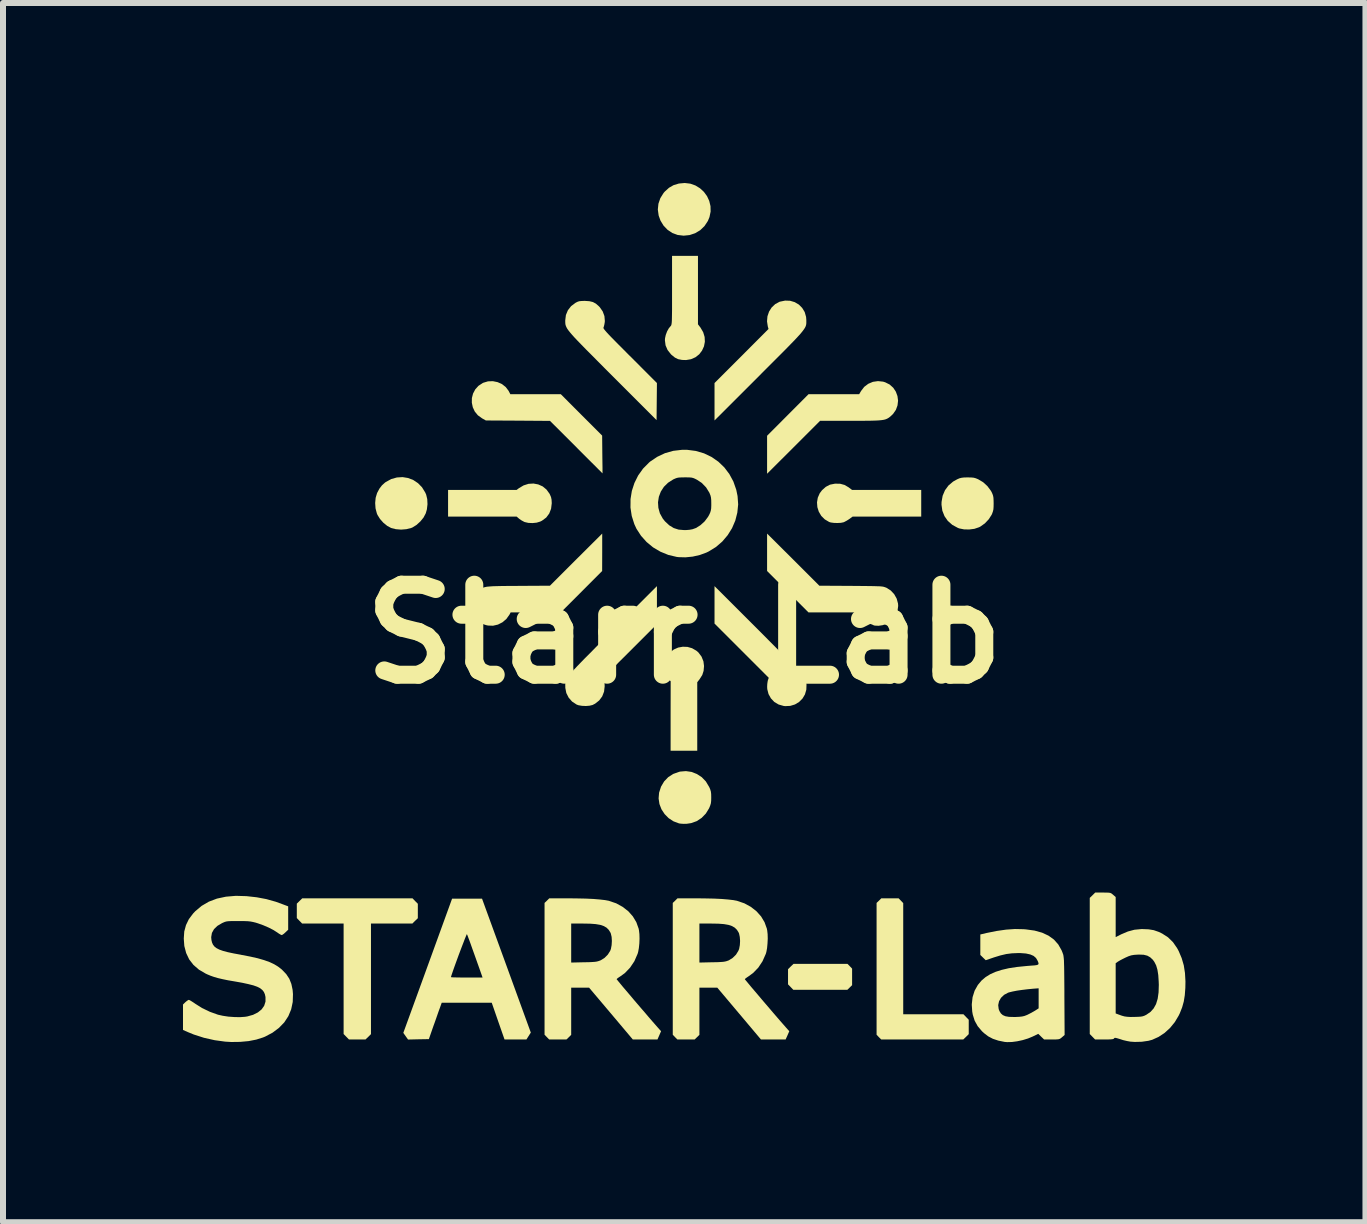
<source format=kicad_pcb>
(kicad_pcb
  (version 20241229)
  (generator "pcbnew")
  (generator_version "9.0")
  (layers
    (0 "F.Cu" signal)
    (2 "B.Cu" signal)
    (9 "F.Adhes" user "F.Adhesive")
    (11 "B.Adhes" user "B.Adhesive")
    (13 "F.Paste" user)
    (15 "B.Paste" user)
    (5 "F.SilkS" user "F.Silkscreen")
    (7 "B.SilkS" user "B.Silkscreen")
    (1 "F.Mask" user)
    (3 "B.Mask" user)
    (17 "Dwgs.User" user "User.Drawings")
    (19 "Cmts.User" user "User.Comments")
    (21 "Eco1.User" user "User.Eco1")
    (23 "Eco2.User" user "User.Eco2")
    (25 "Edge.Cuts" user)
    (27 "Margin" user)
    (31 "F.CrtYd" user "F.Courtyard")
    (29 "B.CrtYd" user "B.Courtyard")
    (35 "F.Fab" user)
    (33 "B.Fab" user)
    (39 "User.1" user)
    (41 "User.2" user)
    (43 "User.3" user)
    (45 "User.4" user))
  (footprint "Starr Lab"
    (layer "F.Cu")
    (at 8.355 7.517)
    (property "Reference" "Starr Lab" (at 0 0 0) (layer "F.SilkS") (effects (font (size 1.5 1.5) (thickness 0.3))))
    (attr board_only exclude_from_pos_files exclude_from_bom)
    (fp_poly (pts (xy 2.759 5.537) (xy 2.797 5.577) (xy 2.797 5.715) (xy 2.797 5.853) (xy 2.757 5.892) (xy 2.718 5.93) (xy 2.268 5.93) (xy 1.817 5.93) (xy 1.773 5.884) (xy 1.729 5.839) (xy 1.729 5.713) (xy 1.729 5.587) (xy 1.774 5.542) (xy 1.82 5.498) (xy 2.27 5.498) (xy 2.72 5.498)) (stroke (width 0) (type solid)) (fill yes) (layer "F.SilkS"))
    (fp_poly (pts (xy 3.611 4.445) (xy 3.649 4.485) (xy 3.649 5.411) (xy 3.649 6.338) (xy 4.151 6.338) (xy 4.653 6.338) (xy 4.697 6.384) (xy 4.741 6.429) (xy 4.741 6.549) (xy 4.741 6.669) (xy 4.696 6.714) (xy 4.65 6.758) (xy 3.966 6.758) (xy 3.282 6.758) (xy 3.243 6.719) (xy 3.205 6.679) (xy 3.205 5.581) (xy 3.205 4.482) (xy 3.245 4.444) (xy 3.284 4.405) (xy 3.428 4.405) (xy 3.572 4.405)) (stroke (width 0) (type solid)) (fill yes) (layer "F.SilkS"))
    (fp_poly (pts (xy -4.486 4.451) (xy -4.441 4.496) (xy -4.441 4.617) (xy -4.441 4.737) (xy -4.487 4.781) (xy -4.532 4.826) (xy -4.877 4.826) (xy -5.222 4.826) (xy -5.222 5.747) (xy -5.222 6.669) (xy -5.267 6.714) (xy -5.313 6.758) (xy -5.451 6.758) (xy -5.589 6.758) (xy -5.633 6.713) (xy -5.678 6.667) (xy -5.678 5.746) (xy -5.678 4.826) (xy -6.023 4.826) (xy -6.369 4.826) (xy -6.414 4.78) (xy -6.458 4.734) (xy -6.458 4.614) (xy -6.458 4.494) (xy -6.413 4.45) (xy -6.367 4.405) (xy -5.449 4.405) (xy -4.53 4.405)) (stroke (width 0) (type solid)) (fill yes) (layer "F.SilkS"))
    (fp_poly (pts (xy 0.054 0.215) (xy 0.13 0.237) (xy 0.201 0.278) (xy 0.234 0.306) (xy 0.287 0.376) (xy 0.319 0.455) (xy 0.329 0.534) (xy 0.322 0.614) (xy 0.3 0.683) (xy 0.258 0.749) (xy 0.257 0.751) (xy 0.216 0.804) (xy 0.216 1.375) (xy 0.216 1.945) (xy -0.006 1.945) (xy -0.228 1.945) (xy -0.228 1.367) (xy -0.227 0.788) (xy -0.256 0.757) (xy -0.301 0.692) (xy -0.327 0.616) (xy -0.334 0.532) (xy -0.321 0.446) (xy -0.32 0.443) (xy -0.287 0.367) (xy -0.237 0.305) (xy -0.174 0.258) (xy -0.102 0.226) (xy -0.025 0.212)) (stroke (width 0) (type solid)) (fill yes) (layer "F.SilkS"))
    (fp_poly (pts (xy 0.1 -7.506) (xy 0.185 -7.476) (xy 0.262 -7.429) (xy 0.327 -7.369) (xy 0.379 -7.298) (xy 0.416 -7.218) (xy 0.437 -7.131) (xy 0.439 -7.041) (xy 0.42 -6.949) (xy 0.393 -6.884) (xy 0.337 -6.799) (xy 0.265 -6.73) (xy 0.181 -6.68) (xy 0.088 -6.649) (xy -0.011 -6.639) (xy -0.111 -6.651) (xy -0.2 -6.684) (xy -0.279 -6.737) (xy -0.346 -6.807) (xy -0.397 -6.891) (xy -0.427 -6.974) (xy -0.441 -7.074) (xy -0.431 -7.172) (xy -0.399 -7.265) (xy -0.345 -7.351) (xy -0.323 -7.376) (xy -0.254 -7.438) (xy -0.179 -7.481) (xy -0.09 -7.508) (xy -0.09 -7.508) (xy 0.008 -7.517)) (stroke (width 0) (type solid)) (fill yes) (layer "F.SilkS"))
    (fp_poly (pts (xy 2.599 -2.504) (xy 2.672 -2.484) (xy 2.74 -2.444) (xy 2.742 -2.442) (xy 2.797 -2.401) (xy 3.373 -2.401) (xy 3.949 -2.401) (xy 3.949 -2.179) (xy 3.949 -1.957) (xy 3.378 -1.957) (xy 2.806 -1.957) (xy 2.75 -1.916) (xy 2.711 -1.891) (xy 2.672 -1.87) (xy 2.654 -1.862) (xy 2.609 -1.853) (xy 2.552 -1.85) (xy 2.493 -1.852) (xy 2.441 -1.859) (xy 2.415 -1.867) (xy 2.341 -1.911) (xy 2.283 -1.969) (xy 2.242 -2.038) (xy 2.218 -2.114) (xy 2.212 -2.194) (xy 2.225 -2.272) (xy 2.258 -2.347) (xy 2.296 -2.397) (xy 2.359 -2.453) (xy 2.428 -2.489) (xy 2.508 -2.505) (xy 2.514 -2.506)) (stroke (width 0) (type solid)) (fill yes) (layer "F.SilkS"))
    (fp_poly (pts (xy -2.434 -2.493) (xy -2.36 -2.46) (xy -2.297 -2.408) (xy -2.246 -2.338) (xy -2.24 -2.326) (xy -2.221 -2.282) (xy -2.212 -2.238) (xy -2.209 -2.183) (xy -2.209 -2.179) (xy -2.22 -2.088) (xy -2.251 -2.008) (xy -2.301 -1.941) (xy -2.371 -1.889) (xy -2.401 -1.874) (xy -2.46 -1.856) (xy -2.529 -1.849) (xy -2.599 -1.852) (xy -2.66 -1.866) (xy -2.671 -1.871) (xy -2.712 -1.893) (xy -2.751 -1.92) (xy -2.757 -1.925) (xy -2.794 -1.957) (xy -3.366 -1.957) (xy -3.937 -1.957) (xy -3.937 -2.179) (xy -3.937 -2.401) (xy -3.366 -2.401) (xy -2.795 -2.401) (xy -2.757 -2.43) (xy -2.678 -2.477) (xy -2.596 -2.503) (xy -2.513 -2.508)) (stroke (width 0) (type solid)) (fill yes) (layer "F.SilkS"))
    (fp_poly (pts (xy -4.603 -2.6) (xy -4.516 -2.566) (xy -4.438 -2.514) (xy -4.371 -2.445) (xy -4.318 -2.359) (xy -4.302 -2.323) (xy -4.284 -2.248) (xy -4.28 -2.163) (xy -4.29 -2.077) (xy -4.309 -2.011) (xy -4.346 -1.941) (xy -4.4 -1.875) (xy -4.464 -1.817) (xy -4.532 -1.775) (xy -4.553 -1.767) (xy -4.632 -1.747) (xy -4.72 -1.74) (xy -4.808 -1.747) (xy -4.886 -1.767) (xy -4.951 -1.802) (xy -5.015 -1.854) (xy -5.071 -1.917) (xy -5.113 -1.984) (xy -5.124 -2.01) (xy -5.146 -2.094) (xy -5.152 -2.183) (xy -5.144 -2.27) (xy -5.121 -2.347) (xy -5.12 -2.35) (xy -5.081 -2.423) (xy -5.039 -2.478) (xy -4.988 -2.524) (xy -4.973 -2.534) (xy -4.884 -2.583) (xy -4.79 -2.609) (xy -4.695 -2.615)) (stroke (width 0) (type solid)) (fill yes) (layer "F.SilkS"))
    (fp_poly (pts (xy 1.243 -0.06) (xy 1.392 0.09) (xy 1.524 0.223) (xy 1.64 0.34) (xy 1.74 0.441) (xy 1.823 0.527) (xy 1.89 0.597) (xy 1.942 0.653) (xy 1.978 0.693) (xy 2 0.72) (xy 2.006 0.729) (xy 2.022 0.772) (xy 2.034 0.823) (xy 2.037 0.843) (xy 2.034 0.928) (xy 2.011 1.007) (xy 1.97 1.076) (xy 1.914 1.132) (xy 1.845 1.174) (xy 1.766 1.198) (xy 1.681 1.202) (xy 1.656 1.199) (xy 1.572 1.175) (xy 1.501 1.133) (xy 1.444 1.073) (xy 1.404 1.001) (xy 1.383 0.919) (xy 1.381 0.881) (xy 1.383 0.834) (xy 1.389 0.791) (xy 1.394 0.769) (xy 1.408 0.73) (xy 0.956 0.278) (xy 0.504 -0.174) (xy 0.504 -0.486) (xy 0.504 -0.798)) (stroke (width 0) (type solid)) (fill yes) (layer "F.SilkS"))
    (fp_poly (pts (xy 3.314 -4.206) (xy 3.349 -4.195) (xy 3.423 -4.158) (xy 3.483 -4.104) (xy 3.526 -4.039) (xy 3.553 -3.966) (xy 3.563 -3.889) (xy 3.554 -3.811) (xy 3.527 -3.736) (xy 3.48 -3.668) (xy 3.455 -3.644) (xy 3.432 -3.623) (xy 3.41 -3.606) (xy 3.387 -3.592) (xy 3.361 -3.58) (xy 3.329 -3.571) (xy 3.29 -3.565) (xy 3.24 -3.56) (xy 3.178 -3.557) (xy 3.101 -3.555) (xy 3.007 -3.554) (xy 2.894 -3.553) (xy 2.768 -3.553) (xy 2.263 -3.553) (xy 1.822 -3.112) (xy 1.38 -2.671) (xy 1.38 -2.988) (xy 1.38 -3.304) (xy 1.726 -3.651) (xy 2.071 -3.997) (xy 2.493 -3.997) (xy 2.915 -3.997) (xy 2.946 -4.05) (xy 2.999 -4.119) (xy 3.066 -4.17) (xy 3.144 -4.203) (xy 3.228 -4.215)) (stroke (width 0) (type solid)) (fill yes) (layer "F.SilkS"))
    (fp_poly (pts (xy 0.123 2.299) (xy 0.211 2.334) (xy 0.292 2.387) (xy 0.36 2.458) (xy 0.412 2.545) (xy 0.413 2.545) (xy 0.432 2.589) (xy 0.443 2.626) (xy 0.448 2.667) (xy 0.449 2.722) (xy 0.449 2.725) (xy 0.448 2.78) (xy 0.443 2.822) (xy 0.432 2.859) (xy 0.414 2.903) (xy 0.413 2.905) (xy 0.359 2.993) (xy 0.289 3.065) (xy 0.207 3.119) (xy 0.114 3.152) (xy 0.04 3.163) (xy -0.01 3.164) (xy -0.057 3.161) (xy -0.087 3.157) (xy -0.18 3.122) (xy -0.261 3.069) (xy -0.328 3.001) (xy -0.38 2.922) (xy -0.414 2.834) (xy -0.428 2.74) (xy -0.42 2.645) (xy -0.42 2.644) (xy -0.387 2.543) (xy -0.336 2.457) (xy -0.268 2.386) (xy -0.184 2.332) (xy -0.085 2.297) (xy -0.069 2.293) (xy 0.028 2.285)) (stroke (width 0) (type solid)) (fill yes) (layer "F.SilkS"))
    (fp_poly (pts (xy 1.764 -5.554) (xy 1.841 -5.531) (xy 1.909 -5.491) (xy 1.965 -5.435) (xy 2.007 -5.366) (xy 2.03 -5.285) (xy 2.034 -5.234) (xy 2.034 -5.209) (xy 2.034 -5.188) (xy 2.033 -5.167) (xy 2.029 -5.147) (xy 2.022 -5.126) (xy 2.01 -5.102) (xy 1.992 -5.075) (xy 1.969 -5.044) (xy 1.938 -5.006) (xy 1.898 -4.962) (xy 1.849 -4.909) (xy 1.789 -4.847) (xy 1.718 -4.774) (xy 1.634 -4.689) (xy 1.537 -4.592) (xy 1.425 -4.48) (xy 1.298 -4.353) (xy 1.249 -4.303) (xy 0.504 -3.559) (xy 0.504 -3.871) (xy 0.504 -4.183) (xy 0.954 -4.633) (xy 1.404 -5.084) (xy 1.392 -5.126) (xy 1.379 -5.211) (xy 1.386 -5.295) (xy 1.413 -5.374) (xy 1.456 -5.442) (xy 1.515 -5.498) (xy 1.587 -5.537) (xy 1.594 -5.539) (xy 1.681 -5.557)) (stroke (width 0) (type solid)) (fill yes) (layer "F.SilkS"))
    (fp_poly (pts (xy 1.816 -1.24) (xy 2.251 -0.805) (xy 2.779 -0.802) (xy 2.905 -0.801) (xy 3.01 -0.8) (xy 3.095 -0.799) (xy 3.163 -0.798) (xy 3.217 -0.796) (xy 3.259 -0.795) (xy 3.29 -0.792) (xy 3.314 -0.789) (xy 3.332 -0.784) (xy 3.348 -0.779) (xy 3.363 -0.773) (xy 3.371 -0.77) (xy 3.441 -0.725) (xy 3.499 -0.663) (xy 3.54 -0.59) (xy 3.562 -0.509) (xy 3.565 -0.468) (xy 3.554 -0.387) (xy 3.523 -0.31) (xy 3.475 -0.243) (xy 3.414 -0.191) (xy 3.373 -0.169) (xy 3.305 -0.147) (xy 3.237 -0.137) (xy 3.176 -0.14) (xy 3.163 -0.143) (xy 3.079 -0.177) (xy 3.008 -0.227) (xy 2.954 -0.29) (xy 2.94 -0.314) (xy 2.916 -0.36) (xy 2.493 -0.36) (xy 2.07 -0.36) (xy 1.725 -0.705) (xy 1.38 -1.05) (xy 1.38 -1.362) (xy 1.38 -1.674)) (stroke (width 0) (type solid)) (fill yes) (layer "F.SilkS"))
    (fp_poly (pts (xy -1.368 -1.362) (xy -1.369 -1.05) (xy -1.713 -0.705) (xy -2.058 -0.36) (xy -2.476 -0.36) (xy -2.894 -0.36) (xy -2.914 -0.322) (xy -2.966 -0.25) (xy -3.031 -0.195) (xy -3.106 -0.157) (xy -3.188 -0.138) (xy -3.271 -0.141) (xy -3.303 -0.148) (xy -3.34 -0.16) (xy -3.368 -0.173) (xy -3.397 -0.194) (xy -3.434 -0.225) (xy -3.444 -0.233) (xy -3.495 -0.295) (xy -3.527 -0.367) (xy -3.541 -0.445) (xy -3.536 -0.525) (xy -3.513 -0.602) (xy -3.471 -0.672) (xy -3.434 -0.712) (xy -3.412 -0.732) (xy -3.392 -0.749) (xy -3.373 -0.762) (xy -3.351 -0.773) (xy -3.324 -0.781) (xy -3.291 -0.788) (xy -3.248 -0.792) (xy -3.193 -0.796) (xy -3.125 -0.798) (xy -3.04 -0.8) (xy -2.937 -0.801) (xy -2.813 -0.801) (xy -2.767 -0.802) (xy -2.239 -0.805) (xy -1.804 -1.24) (xy -1.368 -1.674)) (stroke (width 0) (type solid)) (fill yes) (layer "F.SilkS"))
    (fp_poly (pts (xy 0.228 -5.732) (xy 0.228 -5.162) (xy 0.27 -5.107) (xy 0.315 -5.03) (xy 0.339 -4.951) (xy 0.343 -4.871) (xy 0.328 -4.794) (xy 0.296 -4.724) (xy 0.249 -4.662) (xy 0.187 -4.613) (xy 0.112 -4.58) (xy 0.03 -4.566) (xy -0.037 -4.568) (xy -0.099 -4.58) (xy -0.101 -4.58) (xy -0.156 -4.607) (xy -0.212 -4.652) (xy -0.223 -4.663) (xy -0.279 -4.734) (xy -0.312 -4.811) (xy -0.323 -4.896) (xy -0.321 -4.928) (xy -0.309 -4.984) (xy -0.287 -5.043) (xy -0.258 -5.095) (xy -0.229 -5.13) (xy -0.224 -5.136) (xy -0.219 -5.143) (xy -0.215 -5.154) (xy -0.212 -5.17) (xy -0.209 -5.193) (xy -0.207 -5.227) (xy -0.206 -5.272) (xy -0.205 -5.331) (xy -0.204 -5.406) (xy -0.204 -5.499) (xy -0.204 -5.612) (xy -0.204 -5.728) (xy -0.204 -6.302) (xy 0.012 -6.302) (xy 0.228 -6.302)) (stroke (width 0) (type solid)) (fill yes) (layer "F.SilkS"))
    (fp_poly (pts (xy -3.112 -4.198) (xy -3.038 -4.165) (xy -2.976 -4.116) (xy -2.929 -4.054) (xy -2.928 -4.052) (xy -2.899 -3.997) (xy -2.479 -3.997) (xy -2.058 -3.997) (xy -1.714 -3.652) (xy -1.369 -3.307) (xy -1.366 -2.992) (xy -1.365 -2.908) (xy -1.364 -2.832) (xy -1.363 -2.768) (xy -1.363 -2.719) (xy -1.363 -2.687) (xy -1.362 -2.677) (xy -1.371 -2.685) (xy -1.394 -2.709) (xy -1.432 -2.746) (xy -1.481 -2.796) (xy -1.542 -2.856) (xy -1.611 -2.925) (xy -1.688 -3.002) (xy -1.771 -3.085) (xy -1.8 -3.115) (xy -2.238 -3.552) (xy -2.772 -3.556) (xy -3.307 -3.559) (xy -3.371 -3.595) (xy -3.44 -3.645) (xy -3.492 -3.708) (xy -3.525 -3.779) (xy -3.541 -3.855) (xy -3.54 -3.932) (xy -3.521 -4.007) (xy -3.484 -4.077) (xy -3.431 -4.136) (xy -3.36 -4.183) (xy -3.349 -4.188) (xy -3.272 -4.211) (xy -3.191 -4.214)) (stroke (width 0) (type solid)) (fill yes) (layer "F.SilkS"))
    (fp_poly (pts (xy 4.781 -2.609) (xy 4.824 -2.605) (xy 4.86 -2.595) (xy 4.898 -2.579) (xy 4.9 -2.578) (xy 4.981 -2.53) (xy 5.052 -2.465) (xy 5.108 -2.39) (xy 5.121 -2.368) (xy 5.137 -2.333) (xy 5.147 -2.303) (xy 5.153 -2.269) (xy 5.155 -2.225) (xy 5.156 -2.179) (xy 5.155 -2.12) (xy 5.152 -2.077) (xy 5.144 -2.043) (xy 5.132 -2.009) (xy 5.124 -1.99) (xy 5.075 -1.913) (xy 5.01 -1.844) (xy 4.934 -1.79) (xy 4.912 -1.779) (xy 4.835 -1.753) (xy 4.749 -1.742) (xy 4.662 -1.744) (xy 4.582 -1.76) (xy 4.559 -1.769) (xy 4.467 -1.819) (xy 4.392 -1.885) (xy 4.337 -1.964) (xy 4.301 -2.055) (xy 4.287 -2.155) (xy 4.288 -2.202) (xy 4.306 -2.304) (xy 4.345 -2.396) (xy 4.404 -2.476) (xy 4.481 -2.541) (xy 4.547 -2.578) (xy 4.586 -2.595) (xy 4.622 -2.604) (xy 4.664 -2.609) (xy 4.72 -2.61) (xy 4.723 -2.61)) (stroke (width 0) (type solid)) (fill yes) (layer "F.SilkS"))
    (fp_poly (pts (xy -0.456 -0.481) (xy -0.456 -0.164) (xy -0.906 0.286) (xy -1.005 0.385) (xy -1.089 0.468) (xy -1.157 0.538) (xy -1.213 0.595) (xy -1.257 0.641) (xy -1.29 0.676) (xy -1.314 0.704) (xy -1.33 0.724) (xy -1.34 0.739) (xy -1.344 0.749) (xy -1.343 0.757) (xy -1.342 0.761) (xy -1.335 0.785) (xy -1.329 0.825) (xy -1.327 0.87) (xy -1.337 0.96) (xy -1.368 1.04) (xy -1.419 1.108) (xy -1.486 1.161) (xy -1.529 1.183) (xy -1.579 1.195) (xy -1.641 1.2) (xy -1.706 1.197) (xy -1.764 1.187) (xy -1.794 1.176) (xy -1.87 1.126) (xy -1.927 1.061) (xy -1.966 0.984) (xy -1.983 0.898) (xy -1.983 0.876) (xy -1.984 0.852) (xy -1.983 0.83) (xy -1.982 0.809) (xy -1.977 0.788) (xy -1.969 0.766) (xy -1.957 0.742) (xy -1.939 0.714) (xy -1.914 0.681) (xy -1.882 0.643) (xy -1.841 0.597) (xy -1.791 0.543) (xy -1.729 0.479) (xy -1.657 0.405) (xy -1.571 0.319) (xy -1.473 0.219) (xy -1.359 0.105) (xy -1.23 -0.024) (xy -1.194 -0.06) (xy -0.456 -0.798)) (stroke (width 0) (type solid)) (fill yes) (layer "F.SilkS"))
    (fp_poly (pts (xy -1.582 -5.547) (xy -1.523 -5.533) (xy -1.473 -5.506) (xy -1.423 -5.462) (xy -1.408 -5.446) (xy -1.36 -5.377) (xy -1.331 -5.299) (xy -1.324 -5.217) (xy -1.326 -5.194) (xy -1.333 -5.154) (xy -1.342 -5.12) (xy -1.346 -5.11) (xy -1.348 -5.103) (xy -1.345 -5.093) (xy -1.336 -5.079) (xy -1.321 -5.06) (xy -1.298 -5.033) (xy -1.265 -4.997) (xy -1.222 -4.952) (xy -1.166 -4.895) (xy -1.098 -4.826) (xy -1.015 -4.743) (xy -0.917 -4.644) (xy -0.907 -4.635) (xy -0.456 -4.183) (xy -0.459 -3.874) (xy -0.462 -3.565) (xy -1.197 -4.3) (xy -1.33 -4.433) (xy -1.447 -4.551) (xy -1.549 -4.654) (xy -1.638 -4.743) (xy -1.713 -4.82) (xy -1.777 -4.886) (xy -1.83 -4.942) (xy -1.873 -4.99) (xy -1.907 -5.03) (xy -1.933 -5.063) (xy -1.953 -5.092) (xy -1.966 -5.117) (xy -1.975 -5.139) (xy -1.981 -5.16) (xy -1.983 -5.18) (xy -1.984 -5.201) (xy -1.984 -5.225) (xy -1.984 -5.228) (xy -1.973 -5.317) (xy -1.94 -5.396) (xy -1.887 -5.464) (xy -1.813 -5.52) (xy -1.813 -5.52) (xy -1.782 -5.536) (xy -1.753 -5.546) (xy -1.717 -5.55) (xy -1.667 -5.552) (xy -1.657 -5.552)) (stroke (width 0) (type solid)) (fill yes) (layer "F.SilkS"))
    (fp_poly (pts (xy -2.964 5.527) (xy -2.558 6.643) (xy -2.595 6.701) (xy -2.631 6.758) (xy -2.814 6.758) (xy -2.996 6.758) (xy -3.103 6.452) (xy -3.209 6.146) (xy -3.626 6.146) (xy -4.043 6.146) (xy -4.074 6.233) (xy -4.089 6.273) (xy -4.109 6.33) (xy -4.133 6.399) (xy -4.159 6.473) (xy -4.182 6.536) (xy -4.257 6.752) (xy -4.431 6.755) (xy -4.604 6.759) (xy -4.644 6.703) (xy -4.683 6.648) (xy -4.345 5.719) (xy -3.889 5.719) (xy -3.878 5.721) (xy -3.846 5.723) (xy -3.797 5.724) (xy -3.734 5.725) (xy -3.661 5.726) (xy -3.626 5.726) (xy -3.362 5.726) (xy -3.42 5.561) (xy -3.466 5.432) (xy -3.504 5.325) (xy -3.536 5.236) (xy -3.561 5.165) (xy -3.581 5.11) (xy -3.597 5.068) (xy -3.608 5.038) (xy -3.616 5.018) (xy -3.621 5.007) (xy -3.624 5.003) (xy -3.629 5.012) (xy -3.641 5.041) (xy -3.659 5.085) (xy -3.681 5.143) (xy -3.707 5.21) (xy -3.735 5.284) (xy -3.764 5.361) (xy -3.792 5.438) (xy -3.819 5.512) (xy -3.843 5.579) (xy -3.863 5.637) (xy -3.878 5.681) (xy -3.887 5.71) (xy -3.889 5.719) (xy -4.345 5.719) (xy -4.276 5.529) (xy -3.87 4.411) (xy -3.62 4.411) (xy -3.371 4.411)) (stroke (width 0) (type solid)) (fill yes) (layer "F.SilkS"))
    (fp_poly (pts (xy 0.047 -3.07) (xy 0.193 -3.051) (xy 0.329 -3.011) (xy 0.454 -2.951) (xy 0.568 -2.872) (xy 0.667 -2.777) (xy 0.751 -2.666) (xy 0.818 -2.542) (xy 0.866 -2.405) (xy 0.888 -2.299) (xy 0.898 -2.16) (xy 0.884 -2.023) (xy 0.85 -1.89) (xy 0.796 -1.764) (xy 0.723 -1.647) (xy 0.634 -1.542) (xy 0.529 -1.451) (xy 0.409 -1.377) (xy 0.368 -1.357) (xy 0.259 -1.317) (xy 0.14 -1.29) (xy 0.02 -1.278) (xy -0.094 -1.281) (xy -0.126 -1.285) (xy -0.266 -1.318) (xy -0.398 -1.372) (xy -0.52 -1.444) (xy -0.628 -1.533) (xy -0.721 -1.637) (xy -0.797 -1.754) (xy -0.833 -1.832) (xy -0.876 -1.968) (xy -0.897 -2.108) (xy -0.896 -2.195) (xy -0.438 -2.195) (xy -0.432 -2.103) (xy -0.407 -2.012) (xy -0.36 -1.926) (xy -0.322 -1.878) (xy -0.25 -1.811) (xy -0.176 -1.766) (xy -0.095 -1.74) (xy -0.001 -1.732) (xy 0.024 -1.732) (xy 0.087 -1.737) (xy 0.136 -1.746) (xy 0.181 -1.762) (xy 0.195 -1.767) (xy 0.27 -1.814) (xy 0.34 -1.878) (xy 0.396 -1.953) (xy 0.415 -1.987) (xy 0.432 -2.024) (xy 0.442 -2.057) (xy 0.448 -2.093) (xy 0.45 -2.14) (xy 0.45 -2.173) (xy 0.449 -2.231) (xy 0.445 -2.273) (xy 0.437 -2.308) (xy 0.423 -2.343) (xy 0.418 -2.355) (xy 0.363 -2.444) (xy 0.29 -2.519) (xy 0.213 -2.57) (xy 0.178 -2.588) (xy 0.149 -2.6) (xy 0.12 -2.607) (xy 0.083 -2.61) (xy 0.03 -2.611) (xy 0.012 -2.611) (xy -0.047 -2.61) (xy -0.089 -2.608) (xy -0.122 -2.602) (xy -0.152 -2.591) (xy -0.185 -2.576) (xy -0.271 -2.521) (xy -0.34 -2.453) (xy -0.391 -2.374) (xy -0.424 -2.287) (xy -0.438 -2.195) (xy -0.896 -2.195) (xy -0.896 -2.248) (xy -0.874 -2.385) (xy -0.831 -2.517) (xy -0.769 -2.642) (xy -0.688 -2.756) (xy -0.589 -2.856) (xy -0.57 -2.873) (xy -0.451 -2.953) (xy -0.322 -3.014) (xy -0.183 -3.053) (xy -0.038 -3.07)) (stroke (width 0) (type solid)) (fill yes) (layer "F.SilkS"))
    (fp_poly (pts (xy -1.95 4.405) (xy -1.788 4.407) (xy -1.642 4.41) (xy -1.514 4.416) (xy -1.407 4.425) (xy -1.32 4.435) (xy -1.256 4.447) (xy -1.254 4.448) (xy -1.134 4.489) (xy -1.027 4.548) (xy -0.933 4.621) (xy -0.857 4.707) (xy -0.799 4.804) (xy -0.761 4.91) (xy -0.755 4.94) (xy -0.748 5.002) (xy -0.746 5.077) (xy -0.749 5.157) (xy -0.757 5.234) (xy -0.769 5.299) (xy -0.778 5.33) (xy -0.832 5.454) (xy -0.903 5.56) (xy -0.988 5.649) (xy -1.06 5.702) (xy -1.095 5.725) (xy -1.119 5.743) (xy -1.128 5.753) (xy -1.12 5.763) (xy -1.099 5.789) (xy -1.066 5.829) (xy -1.023 5.881) (xy -0.971 5.942) (xy -0.913 6.01) (xy -0.851 6.084) (xy -0.786 6.16) (xy -0.72 6.237) (xy -0.655 6.312) (xy -0.594 6.384) (xy -0.537 6.45) (xy -0.487 6.507) (xy -0.445 6.555) (xy -0.414 6.59) (xy -0.414 6.59) (xy -0.387 6.62) (xy -0.417 6.689) (xy -0.447 6.758) (xy -0.653 6.758) (xy -0.858 6.758) (xy -1.222 6.326) (xy -1.587 5.894) (xy -1.736 5.894) (xy -1.885 5.894) (xy -1.885 6.288) (xy -1.885 6.681) (xy -1.924 6.72) (xy -1.964 6.758) (xy -2.108 6.758) (xy -2.252 6.758) (xy -2.29 6.719) (xy -2.329 6.679) (xy -2.329 5.581) (xy -2.329 4.826) (xy -1.885 4.826) (xy -1.885 5.151) (xy -1.885 5.476) (xy -1.672 5.471) (xy -1.593 5.47) (xy -1.534 5.467) (xy -1.49 5.464) (xy -1.457 5.459) (xy -1.431 5.452) (xy -1.406 5.443) (xy -1.395 5.439) (xy -1.33 5.399) (xy -1.275 5.344) (xy -1.235 5.281) (xy -1.223 5.249) (xy -1.211 5.185) (xy -1.207 5.116) (xy -1.211 5.049) (xy -1.224 4.993) (xy -1.231 4.976) (xy -1.259 4.931) (xy -1.295 4.895) (xy -1.341 4.868) (xy -1.4 4.848) (xy -1.476 4.835) (xy -1.569 4.828) (xy -1.683 4.826) (xy -1.885 4.826) (xy -2.329 4.826) (xy -2.329 4.482) (xy -2.289 4.444) (xy -2.25 4.405)) (stroke (width 0) (type solid)) (fill yes) (layer "F.SilkS"))
    (fp_poly (pts (xy 0.187 4.405) (xy 0.349 4.407) (xy 0.495 4.41) (xy 0.622 4.416) (xy 0.73 4.425) (xy 0.817 4.435) (xy 0.881 4.447) (xy 0.882 4.448) (xy 1.002 4.489) (xy 1.11 4.548) (xy 1.203 4.621) (xy 1.28 4.707) (xy 1.338 4.804) (xy 1.376 4.91) (xy 1.382 4.94) (xy 1.389 5.002) (xy 1.391 5.077) (xy 1.387 5.157) (xy 1.38 5.234) (xy 1.368 5.299) (xy 1.359 5.33) (xy 1.304 5.454) (xy 1.234 5.56) (xy 1.148 5.649) (xy 1.076 5.702) (xy 1.042 5.725) (xy 1.018 5.743) (xy 1.009 5.753) (xy 1.016 5.763) (xy 1.038 5.789) (xy 1.071 5.829) (xy 1.114 5.881) (xy 1.166 5.942) (xy 1.224 6.01) (xy 1.286 6.084) (xy 1.351 6.16) (xy 1.417 6.237) (xy 1.481 6.312) (xy 1.543 6.384) (xy 1.6 6.45) (xy 1.65 6.507) (xy 1.692 6.555) (xy 1.723 6.59) (xy 1.723 6.59) (xy 1.75 6.62) (xy 1.72 6.689) (xy 1.689 6.758) (xy 1.484 6.758) (xy 1.278 6.758) (xy 0.914 6.326) (xy 0.55 5.894) (xy 0.401 5.894) (xy 0.252 5.894) (xy 0.252 6.288) (xy 0.252 6.681) (xy 0.212 6.72) (xy 0.173 6.758) (xy 0.029 6.758) (xy -0.115 6.758) (xy -0.154 6.719) (xy -0.192 6.679) (xy -0.192 5.581) (xy -0.192 4.826) (xy 0.252 4.826) (xy 0.252 5.151) (xy 0.252 5.476) (xy 0.465 5.471) (xy 0.544 5.47) (xy 0.603 5.467) (xy 0.646 5.464) (xy 0.679 5.459) (xy 0.706 5.452) (xy 0.731 5.443) (xy 0.742 5.439) (xy 0.806 5.399) (xy 0.862 5.344) (xy 0.901 5.281) (xy 0.914 5.249) (xy 0.926 5.185) (xy 0.93 5.116) (xy 0.925 5.049) (xy 0.913 4.993) (xy 0.906 4.976) (xy 0.878 4.931) (xy 0.842 4.895) (xy 0.796 4.868) (xy 0.736 4.848) (xy 0.661 4.835) (xy 0.568 4.828) (xy 0.454 4.826) (xy 0.252 4.826) (xy -0.192 4.826) (xy -0.192 4.482) (xy -0.152 4.444) (xy -0.113 4.405)) (stroke (width 0) (type solid)) (fill yes) (layer "F.SilkS"))
    (fp_poly (pts (xy 7.034 4.31) (xy 7.073 4.311) (xy 7.099 4.315) (xy 7.118 4.323) (xy 7.136 4.337) (xy 7.148 4.347) (xy 7.19 4.384) (xy 7.19 4.718) (xy 7.19 5.052) (xy 7.283 5.005) (xy 7.394 4.958) (xy 7.502 4.929) (xy 7.617 4.918) (xy 7.64 4.918) (xy 7.739 4.922) (xy 7.824 4.936) (xy 7.905 4.964) (xy 7.964 4.992) (xy 8.062 5.055) (xy 8.145 5.136) (xy 8.214 5.236) (xy 8.241 5.286) (xy 8.29 5.402) (xy 8.325 5.522) (xy 8.345 5.65) (xy 8.353 5.791) (xy 8.351 5.9) (xy 8.342 6.02) (xy 8.325 6.125) (xy 8.298 6.222) (xy 8.259 6.321) (xy 8.239 6.362) (xy 8.175 6.469) (xy 8.096 6.566) (xy 8.005 6.649) (xy 7.905 6.715) (xy 7.799 6.763) (xy 7.736 6.78) (xy 7.625 6.796) (xy 7.508 6.799) (xy 7.436 6.794) (xy 7.38 6.784) (xy 7.316 6.769) (xy 7.263 6.752) (xy 7.217 6.738) (xy 7.189 6.731) (xy 7.173 6.731) (xy 7.164 6.738) (xy 7.163 6.74) (xy 7.155 6.748) (xy 7.136 6.753) (xy 7.105 6.756) (xy 7.056 6.758) (xy 7 6.758) (xy 6.847 6.758) (xy 6.803 6.713) (xy 6.758 6.667) (xy 6.758 6.324) (xy 7.19 6.324) (xy 7.244 6.344) (xy 7.294 6.362) (xy 7.338 6.374) (xy 7.384 6.38) (xy 7.439 6.383) (xy 7.508 6.382) (xy 7.568 6.38) (xy 7.611 6.377) (xy 7.643 6.371) (xy 7.671 6.361) (xy 7.701 6.346) (xy 7.704 6.344) (xy 7.771 6.298) (xy 7.823 6.24) (xy 7.863 6.168) (xy 7.89 6.079) (xy 7.905 5.973) (xy 7.909 5.848) (xy 7.907 5.793) (xy 7.9 5.685) (xy 7.886 5.596) (xy 7.865 5.524) (xy 7.835 5.465) (xy 7.809 5.429) (xy 7.765 5.388) (xy 7.717 5.361) (xy 7.657 5.346) (xy 7.582 5.343) (xy 7.553 5.344) (xy 7.495 5.348) (xy 7.449 5.356) (xy 7.406 5.37) (xy 7.354 5.393) (xy 7.354 5.393) (xy 7.306 5.417) (xy 7.262 5.44) (xy 7.23 5.459) (xy 7.225 5.462) (xy 7.19 5.487) (xy 7.19 5.906) (xy 7.19 6.324) (xy 6.758 6.324) (xy 6.758 5.533) (xy 6.758 4.398) (xy 6.804 4.354) (xy 6.849 4.309) (xy 6.977 4.309)) (stroke (width 0) (type solid)) (fill yes) (layer "F.SilkS"))
    (fp_poly (pts (xy 5.654 4.92) (xy 5.693 4.923) (xy 5.838 4.943) (xy 5.964 4.978) (xy 6.071 5.028) (xy 6.161 5.093) (xy 6.233 5.174) (xy 6.288 5.271) (xy 6.303 5.308) (xy 6.309 5.325) (xy 6.315 5.341) (xy 6.319 5.359) (xy 6.322 5.381) (xy 6.325 5.408) (xy 6.328 5.443) (xy 6.329 5.489) (xy 6.331 5.546) (xy 6.332 5.618) (xy 6.333 5.706) (xy 6.334 5.812) (xy 6.335 5.939) (xy 6.335 6.033) (xy 6.339 6.683) (xy 6.296 6.72) (xy 6.276 6.737) (xy 6.258 6.748) (xy 6.237 6.754) (xy 6.206 6.757) (xy 6.161 6.758) (xy 6.125 6.758) (xy 5.997 6.758) (xy 5.948 6.711) (xy 5.9 6.664) (xy 5.807 6.709) (xy 5.73 6.741) (xy 5.642 6.768) (xy 5.55 6.788) (xy 5.461 6.8) (xy 5.382 6.802) (xy 5.342 6.799) (xy 5.234 6.777) (xy 5.144 6.747) (xy 5.066 6.706) (xy 4.994 6.651) (xy 4.961 6.62) (xy 4.89 6.536) (xy 4.84 6.446) (xy 4.808 6.343) (xy 4.799 6.292) (xy 4.792 6.185) (xy 5.232 6.185) (xy 5.24 6.251) (xy 5.253 6.285) (xy 5.277 6.324) (xy 5.309 6.352) (xy 5.353 6.371) (xy 5.412 6.381) (xy 5.489 6.383) (xy 5.522 6.383) (xy 5.584 6.38) (xy 5.629 6.375) (xy 5.666 6.367) (xy 5.701 6.354) (xy 5.72 6.346) (xy 5.769 6.321) (xy 5.82 6.293) (xy 5.849 6.276) (xy 5.906 6.239) (xy 5.906 6.072) (xy 5.906 5.905) (xy 5.813 5.912) (xy 5.721 5.921) (xy 5.63 5.932) (xy 5.546 5.944) (xy 5.474 5.958) (xy 5.417 5.972) (xy 5.397 5.978) (xy 5.33 6.014) (xy 5.279 6.063) (xy 5.246 6.121) (xy 5.232 6.185) (xy 4.792 6.185) (xy 4.792 6.17) (xy 4.805 6.053) (xy 4.839 5.945) (xy 4.893 5.849) (xy 4.955 5.775) (xy 5.021 5.719) (xy 5.098 5.671) (xy 5.187 5.631) (xy 5.29 5.598) (xy 5.41 5.57) (xy 5.549 5.549) (xy 5.709 5.533) (xy 5.783 5.527) (xy 5.841 5.523) (xy 5.879 5.517) (xy 5.899 5.508) (xy 5.905 5.493) (xy 5.899 5.47) (xy 5.889 5.446) (xy 5.862 5.4) (xy 5.822 5.365) (xy 5.767 5.341) (xy 5.695 5.325) (xy 5.603 5.318) (xy 5.558 5.318) (xy 5.461 5.322) (xy 5.367 5.334) (xy 5.269 5.357) (xy 5.158 5.391) (xy 5.144 5.396) (xy 5.024 5.437) (xy 4.979 5.393) (xy 4.934 5.349) (xy 4.934 5.178) (xy 4.934 5.008) (xy 5.039 4.983) (xy 5.209 4.949) (xy 5.364 4.927) (xy 5.511 4.917)) (stroke (width 0) (type solid)) (fill yes) (layer "F.SilkS"))
    (fp_poly (pts (xy -7.298 4.369) (xy -7.127 4.388) (xy -6.967 4.418) (xy -6.81 4.462) (xy -6.695 4.504) (xy -6.602 4.539) (xy -6.602 4.734) (xy -6.602 4.929) (xy -6.648 4.973) (xy -6.676 4.998) (xy -6.7 5.014) (xy -6.709 5.018) (xy -6.727 5.011) (xy -6.756 4.994) (xy -6.783 4.975) (xy -6.847 4.934) (xy -6.927 4.893) (xy -7.015 4.855) (xy -7.104 4.823) (xy -7.142 4.811) (xy -7.187 4.8) (xy -7.228 4.792) (xy -7.273 4.787) (xy -7.327 4.785) (xy -7.396 4.784) (xy -7.436 4.784) (xy -7.509 4.784) (xy -7.562 4.785) (xy -7.602 4.787) (xy -7.631 4.791) (xy -7.657 4.798) (xy -7.683 4.809) (xy -7.703 4.818) (xy -7.781 4.864) (xy -7.838 4.919) (xy -7.873 4.982) (xy -7.885 5.053) (xy -7.881 5.1) (xy -7.871 5.142) (xy -7.855 5.178) (xy -7.831 5.209) (xy -7.796 5.236) (xy -7.749 5.26) (xy -7.687 5.282) (xy -7.608 5.303) (xy -7.509 5.324) (xy -7.389 5.346) (xy -7.382 5.348) (xy -7.236 5.376) (xy -7.111 5.404) (xy -7.004 5.435) (xy -6.914 5.467) (xy -6.837 5.503) (xy -6.771 5.543) (xy -6.713 5.588) (xy -6.704 5.596) (xy -6.634 5.669) (xy -6.583 5.746) (xy -6.549 5.832) (xy -6.528 5.931) (xy -6.522 6.002) (xy -6.526 6.133) (xy -6.552 6.256) (xy -6.599 6.369) (xy -6.667 6.473) (xy -6.756 6.565) (xy -6.863 6.645) (xy -6.988 6.711) (xy -7.023 6.725) (xy -7.134 6.76) (xy -7.261 6.785) (xy -7.402 6.798) (xy -7.55 6.8) (xy -7.652 6.794) (xy -7.827 6.77) (xy -8.005 6.73) (xy -8.176 6.675) (xy -8.274 6.635) (xy -8.355 6.599) (xy -8.355 6.387) (xy -8.355 6.175) (xy -8.315 6.136) (xy -8.287 6.113) (xy -8.264 6.099) (xy -8.258 6.098) (xy -8.24 6.105) (xy -8.21 6.123) (xy -8.171 6.148) (xy -8.156 6.159) (xy -8.039 6.233) (xy -7.906 6.297) (xy -7.772 6.345) (xy -7.692 6.363) (xy -7.599 6.377) (xy -7.501 6.384) (xy -7.406 6.386) (xy -7.322 6.38) (xy -7.283 6.374) (xy -7.187 6.347) (xy -7.107 6.307) (xy -7.045 6.257) (xy -7.002 6.196) (xy -6.98 6.127) (xy -6.98 6.052) (xy -6.98 6.051) (xy -6.99 6.005) (xy -7.007 5.966) (xy -7.033 5.933) (xy -7.069 5.904) (xy -7.118 5.879) (xy -7.183 5.856) (xy -7.266 5.835) (xy -7.367 5.813) (xy -7.49 5.791) (xy -7.602 5.772) (xy -7.694 5.753) (xy -7.771 5.735) (xy -7.837 5.716) (xy -7.897 5.695) (xy -7.954 5.671) (xy -7.979 5.659) (xy -8.09 5.594) (xy -8.181 5.515) (xy -8.252 5.423) (xy -8.302 5.318) (xy -8.333 5.2) (xy -8.342 5.077) (xy -8.334 4.958) (xy -8.305 4.851) (xy -8.257 4.752) (xy -8.186 4.658) (xy -8.149 4.619) (xy -8.044 4.531) (xy -7.924 4.461) (xy -7.789 4.41) (xy -7.639 4.378) (xy -7.475 4.364)) (stroke (width 0) (type solid)) (fill yes) (layer "F.SilkS")))
  (gr_rect
    (start -3 -3)
    (end 19.708 17.32)
    (stroke (width 0.1) (type default))
    (fill no)
    (layer "Edge.Cuts")))
</source>
